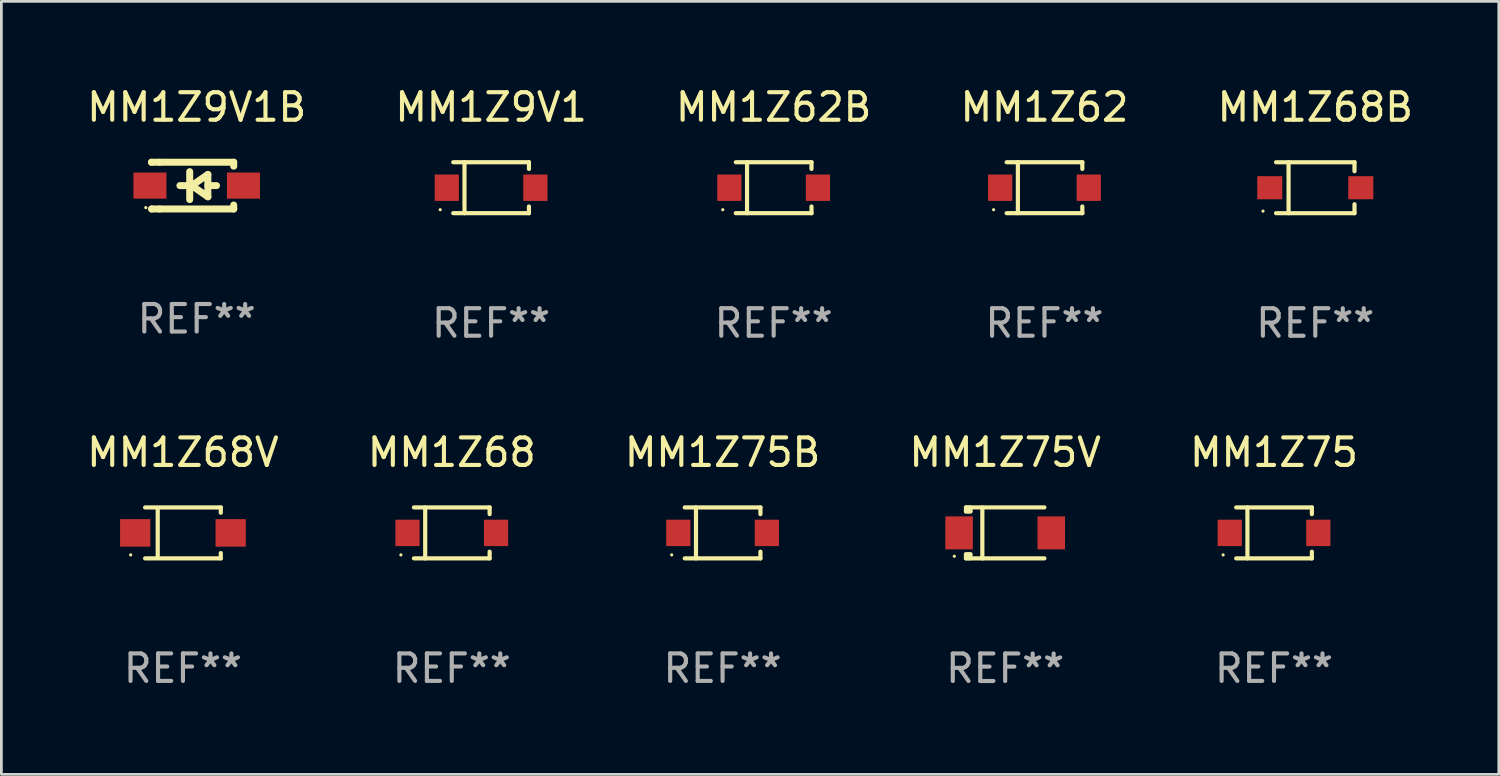
<source format=kicad_pcb>
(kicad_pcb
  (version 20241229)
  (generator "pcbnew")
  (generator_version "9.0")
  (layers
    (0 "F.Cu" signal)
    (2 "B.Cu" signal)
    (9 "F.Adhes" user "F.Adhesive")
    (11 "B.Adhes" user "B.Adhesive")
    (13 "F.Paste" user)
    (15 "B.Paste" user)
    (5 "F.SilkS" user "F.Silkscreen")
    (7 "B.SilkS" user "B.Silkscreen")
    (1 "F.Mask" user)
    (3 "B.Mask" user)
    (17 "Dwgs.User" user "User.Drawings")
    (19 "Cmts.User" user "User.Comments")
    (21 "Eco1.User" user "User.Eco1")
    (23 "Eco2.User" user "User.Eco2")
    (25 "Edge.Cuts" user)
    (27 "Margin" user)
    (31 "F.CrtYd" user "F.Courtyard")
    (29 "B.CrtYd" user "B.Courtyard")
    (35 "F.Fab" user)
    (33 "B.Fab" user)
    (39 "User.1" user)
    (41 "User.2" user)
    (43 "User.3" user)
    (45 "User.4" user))
  (footprint "MM1Z62"
    (layer "F.Cu")
    (at 34.923 3.774)
    (property "Reference" "MM1Z62" (at 0 -2.926 0) (layer "F.SilkS") (effects (font (size 1 1) (thickness 0.15))))
    (attr through_hole)
    (fp_line (start -1.376 -0.926) (end 1.376 -0.926) (stroke (width 0.152) (type solid)) (layer "F.SilkS"))
    (fp_line (start -1.376 0.926) (end 1.376 0.926) (stroke (width 0.152) (type solid)) (layer "F.SilkS"))
    (fp_line (start -0.967 -0.926) (end -0.967 0.926) (stroke (width 0.152) (type solid)) (layer "F.SilkS"))
    (fp_line (start 1.376 -0.926) (end 1.376 -0.683) (stroke (width 0.152) (type solid)) (layer "F.SilkS"))
    (fp_line (start 1.376 0.926) (end 1.376 0.683) (stroke (width 0.152) (type solid)) (layer "F.SilkS"))
    (fp_circle (center -1.85 0.8) (end -1.82 0.8) (stroke (width 0.06) (type solid)) (fill no) (layer "F.SilkS"))
    (fp_text user "REF**" (at 0 4.926 0) (layer "F.Fab") (effects (font (size 1 1) (thickness 0.15))))
    (pad "1" smd rect (at -1.61 0) (size 0.88 0.96) (layers "F.Cu" "F.Mask" "F.Paste"))
    (pad "2" smd rect (at 1.61 0) (size 0.88 0.96) (layers "F.Cu" "F.Mask" "F.Paste")))
  (footprint "MM1Z75V"
    (layer "F.Cu")
    (at 33.494 16.325)
    (property "Reference" "MM1Z75V" (at 0 -2.928 0) (layer "F.SilkS") (effects (font (size 1 1) (thickness 0.15))))
    (attr through_hole)
    (fp_line (start -1.426 -0.928) (end -1.426 -0.782) (stroke (width 0.152) (type solid)) (layer "F.SilkS"))
    (fp_line (start -1.426 -0.928) (end 1.426 -0.928) (stroke (width 0.152) (type solid)) (layer "F.SilkS"))
    (fp_line (start -1.426 -0.782) (end -1.264 -0.782) (stroke (width 0.152) (type solid)) (layer "F.SilkS"))
    (fp_line (start -1.426 0.778) (end -1.426 0.924) (stroke (width 0.152) (type solid)) (layer "F.SilkS"))
    (fp_line (start -1.426 0.778) (end -1.264 0.778) (stroke (width 0.152) (type solid)) (layer "F.SilkS"))
    (fp_line (start -1.426 0.924) (end 1.426 0.924) (stroke (width 0.152) (type solid)) (layer "F.SilkS"))
    (fp_line (start -1.34 -0.782) (end -1.34 -0.928) (stroke (width 0.152) (type solid)) (layer "F.SilkS"))
    (fp_line (start -1.34 0.924) (end -1.34 0.778) (stroke (width 0.152) (type solid)) (layer "F.SilkS"))
    (fp_line (start -1.264 -0.928) (end -1.264 -0.782) (stroke (width 0.152) (type solid)) (layer "F.SilkS"))
    (fp_line (start -1.264 0.778) (end -1.264 0.924) (stroke (width 0.152) (type solid)) (layer "F.SilkS"))
    (fp_line (start -0.83 0.928) (end -0.83 -0.924) (stroke (width 0.152) (type solid)) (layer "F.SilkS"))
    (fp_circle (center -1.85 0.848) (end -1.82 0.848) (stroke (width 0.06) (type solid)) (fill no) (layer "F.SilkS"))
    (fp_text user "REF**" (at 0 4.928 0) (layer "F.Fab") (effects (font (size 1 1) (thickness 0.15))))
    (pad "1" smd rect (at -1.675 -0.002) (size 1 1.2) (layers "F.Cu" "F.Mask" "F.Paste"))
    (pad "2" smd rect (at 1.675 -0.002) (size 1 1.2) (layers "F.Cu" "F.Mask" "F.Paste")))
  (footprint "MM1Z9V1"
    (layer "F.Cu")
    (at 14.804 3.774)
    (property "Reference" "MM1Z9V1" (at 0 -2.926 0) (layer "F.SilkS") (effects (font (size 1 1) (thickness 0.15))))
    (attr through_hole)
    (fp_line (start -1.376 -0.926) (end 1.376 -0.926) (stroke (width 0.152) (type solid)) (layer "F.SilkS"))
    (fp_line (start -1.376 0.926) (end 1.376 0.926) (stroke (width 0.152) (type solid)) (layer "F.SilkS"))
    (fp_line (start -0.967 -0.926) (end -0.967 0.926) (stroke (width 0.152) (type solid)) (layer "F.SilkS"))
    (fp_line (start 1.376 -0.926) (end 1.376 -0.683) (stroke (width 0.152) (type solid)) (layer "F.SilkS"))
    (fp_line (start 1.376 0.926) (end 1.376 0.683) (stroke (width 0.152) (type solid)) (layer "F.SilkS"))
    (fp_circle (center -1.85 0.8) (end -1.82 0.8) (stroke (width 0.06) (type solid)) (fill no) (layer "F.SilkS"))
    (fp_text user "REF**" (at 0 4.926 0) (layer "F.Fab") (effects (font (size 1 1) (thickness 0.15))))
    (pad "1" smd rect (at -1.61 0) (size 0.88 0.96) (layers "F.Cu" "F.Mask" "F.Paste"))
    (pad "2" smd rect (at 1.61 0) (size 0.88 0.96) (layers "F.Cu" "F.Mask" "F.Paste")))
  (footprint "MM1Z68B"
    (layer "F.Cu")
    (at 44.768 3.775)
    (property "Reference" "MM1Z68B" (at 0 -2.926 0) (layer "F.SilkS") (effects (font (size 1 1) (thickness 0.15))))
    (attr through_hole)
    (fp_line (start -1.426 0.926) (end 1.426 0.926) (stroke (width 0.152) (type solid)) (layer "F.SilkS"))
    (fp_line (start -1.426 -0.926) (end 1.426 -0.926) (stroke (width 0.152) (type solid)) (layer "F.SilkS"))
    (fp_line (start -0.971 0.926) (end -0.971 -0.926) (stroke (width 0.152) (type solid)) (layer "F.SilkS"))
    (fp_line (start 1.426 -0.926) (end 1.426 -0.6) (stroke (width 0.152) (type solid)) (layer "F.SilkS"))
    (fp_line (start 1.426 0.6) (end 1.426 0.926) (stroke (width 0.152) (type solid)) (layer "F.SilkS"))
    (fp_circle (center -1.9 0.85) (end -1.87 0.85) (stroke (width 0.06) (type solid)) (fill no) (layer "F.SilkS"))
    (fp_text user "REF**" (at 0 4.926 0) (layer "F.Fab") (effects (font (size 1 1) (thickness 0.15))))
    (pad "1" smd rect (at -1.655 -0.000064) (size 0.91 0.84) (layers "F.Cu" "F.Mask" "F.Paste"))
    (pad "2" smd rect (at 1.655 -0.000064) (size 0.91 0.84) (layers "F.Cu" "F.Mask" "F.Paste")))
  (footprint "MM1Z75B"
    (layer "F.Cu")
    (at 23.22 16.324)
    (property "Reference" "MM1Z75B" (at 0 -2.926 0) (layer "F.SilkS") (effects (font (size 1 1) (thickness 0.15))))
    (attr through_hole)
    (fp_line (start -1.376 -0.926) (end 1.376 -0.926) (stroke (width 0.152) (type solid)) (layer "F.SilkS"))
    (fp_line (start -1.376 0.926) (end 1.376 0.926) (stroke (width 0.152) (type solid)) (layer "F.SilkS"))
    (fp_line (start -0.967 -0.926) (end -0.967 0.926) (stroke (width 0.152) (type solid)) (layer "F.SilkS"))
    (fp_line (start 1.376 -0.926) (end 1.376 -0.683) (stroke (width 0.152) (type solid)) (layer "F.SilkS"))
    (fp_line (start 1.376 0.926) (end 1.376 0.683) (stroke (width 0.152) (type solid)) (layer "F.SilkS"))
    (fp_circle (center -1.85 0.8) (end -1.82 0.8) (stroke (width 0.06) (type solid)) (fill no) (layer "F.SilkS"))
    (fp_text user "REF**" (at 0 4.926 0) (layer "F.Fab") (effects (font (size 1 1) (thickness 0.15))))
    (pad "1" smd rect (at -1.61 0) (size 0.88 0.96) (layers "F.Cu" "F.Mask" "F.Paste"))
    (pad "2" smd rect (at 1.61 0) (size 0.88 0.96) (layers "F.Cu" "F.Mask" "F.Paste")))
  (footprint "MM1Z68"
    (layer "F.Cu")
    (at 13.375 16.324)
    (property "Reference" "MM1Z68" (at 0 -2.926 0) (layer "F.SilkS") (effects (font (size 1 1) (thickness 0.15))))
    (attr through_hole)
    (fp_line (start -1.376 -0.926) (end 1.376 -0.926) (stroke (width 0.152) (type solid)) (layer "F.SilkS"))
    (fp_line (start -1.376 0.926) (end 1.376 0.926) (stroke (width 0.152) (type solid)) (layer "F.SilkS"))
    (fp_line (start -0.967 -0.926) (end -0.967 0.926) (stroke (width 0.152) (type solid)) (layer "F.SilkS"))
    (fp_line (start 1.376 -0.926) (end 1.376 -0.683) (stroke (width 0.152) (type solid)) (layer "F.SilkS"))
    (fp_line (start 1.376 0.926) (end 1.376 0.683) (stroke (width 0.152) (type solid)) (layer "F.SilkS"))
    (fp_circle (center -1.85 0.8) (end -1.82 0.8) (stroke (width 0.06) (type solid)) (fill no) (layer "F.SilkS"))
    (fp_text user "REF**" (at 0 4.926 0) (layer "F.Fab") (effects (font (size 1 1) (thickness 0.15))))
    (pad "1" smd rect (at -1.61 0) (size 0.88 0.96) (layers "F.Cu" "F.Mask" "F.Paste"))
    (pad "2" smd rect (at 1.61 0) (size 0.88 0.96) (layers "F.Cu" "F.Mask" "F.Paste")))
  (footprint "MM1Z75"
    (layer "F.Cu")
    (at 43.268 16.324)
    (property "Reference" "MM1Z75" (at 0 -2.926 0) (layer "F.SilkS") (effects (font (size 1 1) (thickness 0.15))))
    (attr through_hole)
    (fp_line (start -1.376 -0.926) (end 1.376 -0.926) (stroke (width 0.152) (type solid)) (layer "F.SilkS"))
    (fp_line (start -1.376 0.926) (end 1.376 0.926) (stroke (width 0.152) (type solid)) (layer "F.SilkS"))
    (fp_line (start -0.967 -0.926) (end -0.967 0.926) (stroke (width 0.152) (type solid)) (layer "F.SilkS"))
    (fp_line (start 1.376 -0.926) (end 1.376 -0.683) (stroke (width 0.152) (type solid)) (layer "F.SilkS"))
    (fp_line (start 1.376 0.926) (end 1.376 0.683) (stroke (width 0.152) (type solid)) (layer "F.SilkS"))
    (fp_circle (center -1.85 0.8) (end -1.82 0.8) (stroke (width 0.06) (type solid)) (fill no) (layer "F.SilkS"))
    (fp_text user "REF**" (at 0 4.926 0) (layer "F.Fab") (effects (font (size 1 1) (thickness 0.15))))
    (pad "1" smd rect (at -1.61 0) (size 0.88 0.96) (layers "F.Cu" "F.Mask" "F.Paste"))
    (pad "2" smd rect (at 1.61 0) (size 0.88 0.96) (layers "F.Cu" "F.Mask" "F.Paste")))
  (footprint "MM1Z9V1B"
    (layer "F.Cu")
    (at 4.101 3.698)
    (property "Reference" "MM1Z9V1B" (at 0 -2.85 0) (layer "F.SilkS") (effects (font (size 1 1) (thickness 0.15))))
    (attr through_hole)
    (fp_line (start -1.643 -0.85) (end -1.644 -0.849) (stroke (width 0.254) (type solid)) (layer "F.SilkS"))
    (fp_line (start -1.638 0.85) (end -1.639 0.849) (stroke (width 0.254) (type solid)) (layer "F.SilkS"))
    (fp_line (start -1.346 -0.85) (end -1.643 -0.85) (stroke (width 0.254) (type solid)) (layer "F.SilkS"))
    (fp_line (start -1.346 -0.85) (end 1.346 -0.85) (stroke (width 0.254) (type solid)) (layer "F.SilkS"))
    (fp_line (start -1.346 0.85) (end -1.638 0.85) (stroke (width 0.254) (type solid)) (layer "F.SilkS"))
    (fp_line (start -0.28 0) (end -0.61 0) (stroke (width 0.254) (type solid)) (layer "F.SilkS"))
    (fp_line (start -0.254 -0.508) (end -0.254 0.508) (stroke (width 0.254) (type solid)) (layer "F.SilkS"))
    (fp_line (start -0.178 0) (end 0.406 -0.406) (stroke (width 0.254) (type solid)) (layer "F.SilkS"))
    (fp_line (start 0.406 -0.406) (end 0.406 0.406) (stroke (width 0.254) (type solid)) (layer "F.SilkS"))
    (fp_line (start 0.406 -0.000254) (end 0.72 -0.000254) (stroke (width 0.254) (type solid)) (layer "F.SilkS"))
    (fp_line (start 0.406 0.406) (end -0.178 0) (stroke (width 0.254) (type solid)) (layer "F.SilkS"))
    (fp_line (start 1.346 -0.85) (end 1.346 -0.706) (stroke (width 0.254) (type solid)) (layer "F.SilkS"))
    (fp_line (start 1.346 0.706) (end 1.346 0.85) (stroke (width 0.254) (type solid)) (layer "F.SilkS"))
    (fp_line (start 1.346 0.85) (end -1.346 0.85) (stroke (width 0.254) (type solid)) (layer "F.SilkS"))
    (fp_circle (center -1.85 0.8) (end -1.82 0.8) (stroke (width 0.06) (type solid)) (fill no) (layer "F.SilkS"))
    (fp_text user "REF**" (at 0 4.85 0) (layer "F.Fab") (effects (font (size 1 1) (thickness 0.15))))
    (pad "1" smd rect (at -1.7 0) (size 1.2 0.95) (layers "F.Cu" "F.Mask" "F.Paste"))
    (pad "2" smd rect (at 1.7 0) (size 1.2 0.95) (layers "F.Cu" "F.Mask" "F.Paste")))
  (footprint "MM1Z68V"
    (layer "F.Cu")
    (at 3.601 16.324)
    (property "Reference" "MM1Z68V" (at 0 -2.926 0) (layer "F.SilkS") (effects (font (size 1 1) (thickness 0.15))))
    (attr through_hole)
    (fp_line (start -1.376 -0.926) (end 1.376 -0.926) (stroke (width 0.152) (type solid)) (layer "F.SilkS"))
    (fp_line (start -1.376 0.926) (end 1.376 0.926) (stroke (width 0.152) (type solid)) (layer "F.SilkS"))
    (fp_line (start -0.917 -0.876) (end -0.917 0.876) (stroke (width 0.152) (type solid)) (layer "F.SilkS"))
    (fp_line (start 1.376 -0.926) (end 1.376 -0.733) (stroke (width 0.152) (type solid)) (layer "F.SilkS"))
    (fp_line (start 1.376 0.926) (end 1.376 0.733) (stroke (width 0.152) (type solid)) (layer "F.SilkS"))
    (fp_circle (center -1.9 0.8) (end -1.87 0.8) (stroke (width 0.06) (type solid)) (fill no) (layer "F.SilkS"))
    (fp_text user "REF**" (at 0 4.926 0) (layer "F.Fab") (effects (font (size 1 1) (thickness 0.15))))
    (pad "1" smd rect (at -1.735 -0.000102) (size 1.1 1) (layers "F.Cu" "F.Mask" "F.Paste"))
    (pad "2" smd rect (at 1.735 -0.000102) (size 1.1 1) (layers "F.Cu" "F.Mask" "F.Paste")))
  (footprint "MM1Z62B"
    (layer "F.Cu")
    (at 25.077 3.774)
    (property "Reference" "MM1Z62B" (at 0 -2.926 0) (layer "F.SilkS") (effects (font (size 1 1) (thickness 0.15))))
    (attr through_hole)
    (fp_line (start -1.376 -0.926) (end 1.376 -0.926) (stroke (width 0.152) (type solid)) (layer "F.SilkS"))
    (fp_line (start -1.376 0.926) (end 1.376 0.926) (stroke (width 0.152) (type solid)) (layer "F.SilkS"))
    (fp_line (start -0.967 -0.926) (end -0.967 0.926) (stroke (width 0.152) (type solid)) (layer "F.SilkS"))
    (fp_line (start 1.376 -0.926) (end 1.376 -0.683) (stroke (width 0.152) (type solid)) (layer "F.SilkS"))
    (fp_line (start 1.376 0.926) (end 1.376 0.683) (stroke (width 0.152) (type solid)) (layer "F.SilkS"))
    (fp_circle (center -1.85 0.8) (end -1.82 0.8) (stroke (width 0.06) (type solid)) (fill no) (layer "F.SilkS"))
    (fp_text user "REF**" (at 0 4.926 0) (layer "F.Fab") (effects (font (size 1 1) (thickness 0.15))))
    (pad "1" smd rect (at -1.61 0) (size 0.88 0.96) (layers "F.Cu" "F.Mask" "F.Paste"))
    (pad "2" smd rect (at 1.61 0) (size 0.88 0.96) (layers "F.Cu" "F.Mask" "F.Paste")))
  (gr_rect
    (start -3 -3)
    (end 51.44 25.102)
    (stroke (width 0.1) (type default))
    (fill no)
    (layer "Edge.Cuts")))
</source>
